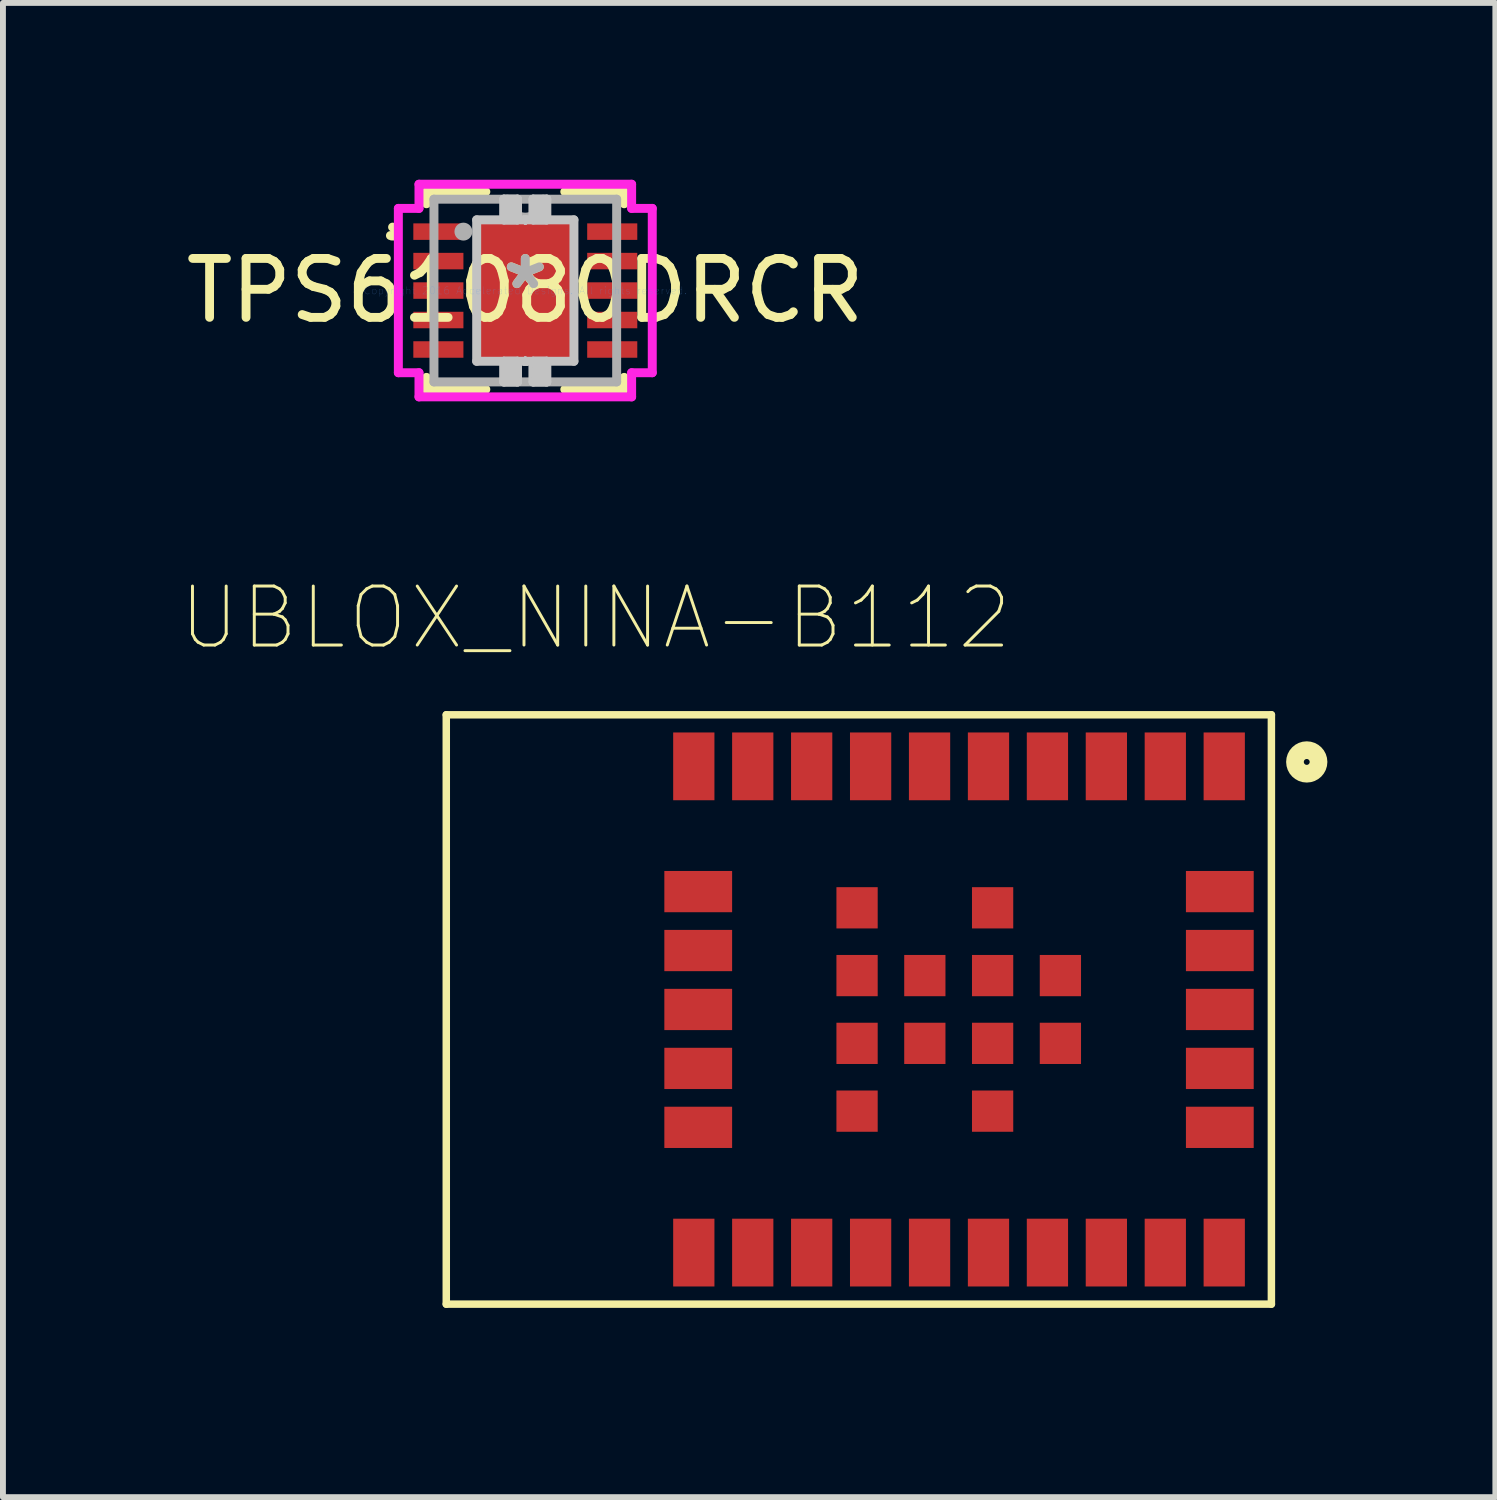
<source format=kicad_pcb>
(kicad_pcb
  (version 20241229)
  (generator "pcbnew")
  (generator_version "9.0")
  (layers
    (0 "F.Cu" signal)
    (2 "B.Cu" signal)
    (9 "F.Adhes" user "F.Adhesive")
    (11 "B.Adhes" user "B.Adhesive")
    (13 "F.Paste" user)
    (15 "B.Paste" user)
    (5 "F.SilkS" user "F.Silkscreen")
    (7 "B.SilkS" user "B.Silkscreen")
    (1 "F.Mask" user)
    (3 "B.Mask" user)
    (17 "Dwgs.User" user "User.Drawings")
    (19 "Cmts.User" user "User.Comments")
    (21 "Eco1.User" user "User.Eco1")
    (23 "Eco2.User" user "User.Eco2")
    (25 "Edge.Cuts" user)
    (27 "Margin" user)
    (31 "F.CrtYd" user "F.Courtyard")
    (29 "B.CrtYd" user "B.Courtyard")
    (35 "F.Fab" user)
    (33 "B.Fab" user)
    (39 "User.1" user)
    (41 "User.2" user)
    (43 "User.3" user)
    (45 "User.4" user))
  (footprint "TPS61080DRCR"
    (layer "F.Cu")
    (at 5.863 1.88)
    (property "Reference" "TPS61080DRCR" (at 0 0 0) (layer "F.SilkS") (effects (font (size 1 1) (thickness 0.15))))
    (attr through_hole)
    (fp_line (start -1.677 -1.677) (end -1.677 -1.473) (stroke (width 0.152) (type solid)) (layer "F.SilkS"))
    (fp_line (start -1.677 1.473) (end -1.677 1.677) (stroke (width 0.152) (type solid)) (layer "F.SilkS"))
    (fp_line (start -1.677 1.677) (end -0.67 1.677) (stroke (width 0.152) (type solid)) (layer "F.SilkS"))
    (fp_line (start -0.67 -1.677) (end -1.677 -1.677) (stroke (width 0.152) (type solid)) (layer "F.SilkS"))
    (fp_line (start 0.67 1.677) (end 1.677 1.677) (stroke (width 0.152) (type solid)) (layer "F.SilkS"))
    (fp_line (start 1.677 -1.677) (end 0.67 -1.677) (stroke (width 0.152) (type solid)) (layer "F.SilkS"))
    (fp_line (start 1.677 -1.473) (end 1.677 -1.677) (stroke (width 0.152) (type solid)) (layer "F.SilkS"))
    (fp_line (start 1.677 1.677) (end 1.677 1.473) (stroke (width 0.152) (type solid)) (layer "F.SilkS"))
    (fp_arc (start -2.2516 -1.0762) (mid -2.177771 -0.981141) (end -2.288144 -0.933135) (stroke (width 0.1524) (type solid)) (layer "F.SilkS"))
    (fp_line (start -0.825 -1.2) (end -0.825 1.2) (stroke (width 0.152) (type solid)) (layer "Dwgs.User"))
    (fp_line (start -0.825 1.2) (end 0.825 1.2) (stroke (width 0.152) (type solid)) (layer "Dwgs.User"))
    (fp_line (start -0.363 -1.55) (end -0.363 -1.2) (stroke (width 0.152) (type solid)) (layer "Dwgs.User"))
    (fp_line (start -0.363 -1.55) (end -0.363 -1.2) (stroke (width 0.152) (type solid)) (layer "Dwgs.User"))
    (fp_line (start -0.363 -1.2) (end -0.133 -1.2) (stroke (width 0.152) (type solid)) (layer "Dwgs.User"))
    (fp_line (start -0.363 -1.2) (end -0.133 -1.2) (stroke (width 0.152) (type solid)) (layer "Dwgs.User"))
    (fp_line (start -0.363 1.2) (end -0.133 1.2) (stroke (width 0.152) (type solid)) (layer "Dwgs.User"))
    (fp_line (start -0.363 1.2) (end -0.133 1.2) (stroke (width 0.152) (type solid)) (layer "Dwgs.User"))
    (fp_line (start -0.363 1.55) (end -0.363 1.2) (stroke (width 0.152) (type solid)) (layer "Dwgs.User"))
    (fp_line (start -0.363 1.55) (end -0.363 1.2) (stroke (width 0.152) (type solid)) (layer "Dwgs.User"))
    (fp_line (start -0.312 -1.499) (end -0.312 -1.251) (stroke (width 0.152) (type solid)) (layer "Dwgs.User"))
    (fp_line (start -0.312 -1.251) (end -0.184 -1.251) (stroke (width 0.152) (type solid)) (layer "Dwgs.User"))
    (fp_line (start -0.312 1.251) (end -0.184 1.251) (stroke (width 0.152) (type solid)) (layer "Dwgs.User"))
    (fp_line (start -0.312 1.499) (end -0.312 1.251) (stroke (width 0.152) (type solid)) (layer "Dwgs.User"))
    (fp_line (start -0.184 -1.499) (end -0.312 -1.499) (stroke (width 0.152) (type solid)) (layer "Dwgs.User"))
    (fp_line (start -0.184 -1.251) (end -0.184 -1.499) (stroke (width 0.152) (type solid)) (layer "Dwgs.User"))
    (fp_line (start -0.184 1.251) (end -0.184 1.499) (stroke (width 0.152) (type solid)) (layer "Dwgs.User"))
    (fp_line (start -0.184 1.499) (end -0.312 1.499) (stroke (width 0.152) (type solid)) (layer "Dwgs.User"))
    (fp_line (start -0.133 -1.55) (end -0.363 -1.55) (stroke (width 0.152) (type solid)) (layer "Dwgs.User"))
    (fp_line (start -0.133 -1.55) (end -0.363 -1.55) (stroke (width 0.152) (type solid)) (layer "Dwgs.User"))
    (fp_line (start -0.133 -1.2) (end -0.133 -1.55) (stroke (width 0.152) (type solid)) (layer "Dwgs.User"))
    (fp_line (start -0.133 -1.2) (end -0.133 -1.55) (stroke (width 0.152) (type solid)) (layer "Dwgs.User"))
    (fp_line (start -0.133 1.2) (end -0.133 1.55) (stroke (width 0.152) (type solid)) (layer "Dwgs.User"))
    (fp_line (start -0.133 1.2) (end -0.133 1.55) (stroke (width 0.152) (type solid)) (layer "Dwgs.User"))
    (fp_line (start -0.133 1.55) (end -0.363 1.55) (stroke (width 0.152) (type solid)) (layer "Dwgs.User"))
    (fp_line (start -0.133 1.55) (end -0.363 1.55) (stroke (width 0.152) (type solid)) (layer "Dwgs.User"))
    (fp_line (start 0 -1.2) (end 0 -1.2) (stroke (width 0.152) (type solid)) (layer "Dwgs.User"))
    (fp_line (start 0 -1.2) (end 0 -1.2) (stroke (width 0.152) (type solid)) (layer "Dwgs.User"))
    (fp_line (start 0 -1.2) (end 0 -1.2) (stroke (width 0.152) (type solid)) (layer "Dwgs.User"))
    (fp_line (start 0 -1.2) (end 0 -1.2) (stroke (width 0.152) (type solid)) (layer "Dwgs.User"))
    (fp_line (start 0 -1.2) (end 0 -1.2) (stroke (width 0.152) (type solid)) (layer "Dwgs.User"))
    (fp_line (start 0 -1.2) (end 0 -1.2) (stroke (width 0.152) (type solid)) (layer "Dwgs.User"))
    (fp_line (start 0 -1.2) (end 0 -1.2) (stroke (width 0.152) (type solid)) (layer "Dwgs.User"))
    (fp_line (start 0 -1.2) (end 0 -1.2) (stroke (width 0.152) (type solid)) (layer "Dwgs.User"))
    (fp_line (start 0 -1.2) (end 0 -1.2) (stroke (width 0.152) (type solid)) (layer "Dwgs.User"))
    (fp_line (start 0 -1.2) (end 0 -1.2) (stroke (width 0.152) (type solid)) (layer "Dwgs.User"))
    (fp_line (start 0 -1.2) (end 0 -1.2) (stroke (width 0.152) (type solid)) (layer "Dwgs.User"))
    (fp_line (start 0 -1.2) (end 0 -1.2) (stroke (width 0.152) (type solid)) (layer "Dwgs.User"))
    (fp_line (start 0 -1.2) (end 0 -1.2) (stroke (width 0.152) (type solid)) (layer "Dwgs.User"))
    (fp_line (start 0 -1.2) (end 0 -1.2) (stroke (width 0.152) (type solid)) (layer "Dwgs.User"))
    (fp_line (start 0 -1.2) (end 0 -1.2) (stroke (width 0.152) (type solid)) (layer "Dwgs.User"))
    (fp_line (start 0 -1.2) (end 0 -1.2) (stroke (width 0.152) (type solid)) (layer "Dwgs.User"))
    (fp_line (start 0 1.2) (end 0 1.2) (stroke (width 0.152) (type solid)) (layer "Dwgs.User"))
    (fp_line (start 0 1.2) (end 0 1.2) (stroke (width 0.152) (type solid)) (layer "Dwgs.User"))
    (fp_line (start 0 1.2) (end 0 1.2) (stroke (width 0.152) (type solid)) (layer "Dwgs.User"))
    (fp_line (start 0 1.2) (end 0 1.2) (stroke (width 0.152) (type solid)) (layer "Dwgs.User"))
    (fp_line (start 0 1.2) (end 0 1.2) (stroke (width 0.152) (type solid)) (layer "Dwgs.User"))
    (fp_line (start 0 1.2) (end 0 1.2) (stroke (width 0.152) (type solid)) (layer "Dwgs.User"))
    (fp_line (start 0 1.2) (end 0 1.2) (stroke (width 0.152) (type solid)) (layer "Dwgs.User"))
    (fp_line (start 0 1.2) (end 0 1.2) (stroke (width 0.152) (type solid)) (layer "Dwgs.User"))
    (fp_line (start 0 1.2) (end 0 1.2) (stroke (width 0.152) (type solid)) (layer "Dwgs.User"))
    (fp_line (start 0 1.2) (end 0 1.2) (stroke (width 0.152) (type solid)) (layer "Dwgs.User"))
    (fp_line (start 0 1.2) (end 0 1.2) (stroke (width 0.152) (type solid)) (layer "Dwgs.User"))
    (fp_line (start 0 1.2) (end 0 1.2) (stroke (width 0.152) (type solid)) (layer "Dwgs.User"))
    (fp_line (start 0 1.2) (end 0 1.2) (stroke (width 0.152) (type solid)) (layer "Dwgs.User"))
    (fp_line (start 0 1.2) (end 0 1.2) (stroke (width 0.152) (type solid)) (layer "Dwgs.User"))
    (fp_line (start 0 1.2) (end 0 1.2) (stroke (width 0.152) (type solid)) (layer "Dwgs.User"))
    (fp_line (start 0 1.2) (end 0 1.2) (stroke (width 0.152) (type solid)) (layer "Dwgs.User"))
    (fp_line (start 0.133 -1.55) (end 0.363 -1.55) (stroke (width 0.152) (type solid)) (layer "Dwgs.User"))
    (fp_line (start 0.133 -1.55) (end 0.363 -1.55) (stroke (width 0.152) (type solid)) (layer "Dwgs.User"))
    (fp_line (start 0.133 -1.2) (end 0.133 -1.55) (stroke (width 0.152) (type solid)) (layer "Dwgs.User"))
    (fp_line (start 0.133 -1.2) (end 0.133 -1.55) (stroke (width 0.152) (type solid)) (layer "Dwgs.User"))
    (fp_line (start 0.133 1.2) (end 0.133 1.55) (stroke (width 0.152) (type solid)) (layer "Dwgs.User"))
    (fp_line (start 0.133 1.2) (end 0.133 1.55) (stroke (width 0.152) (type solid)) (layer "Dwgs.User"))
    (fp_line (start 0.133 1.55) (end 0.363 1.55) (stroke (width 0.152) (type solid)) (layer "Dwgs.User"))
    (fp_line (start 0.133 1.55) (end 0.363 1.55) (stroke (width 0.152) (type solid)) (layer "Dwgs.User"))
    (fp_line (start 0.184 -1.499) (end 0.312 -1.499) (stroke (width 0.152) (type solid)) (layer "Dwgs.User"))
    (fp_line (start 0.184 -1.251) (end 0.184 -1.499) (stroke (width 0.152) (type solid)) (layer "Dwgs.User"))
    (fp_line (start 0.184 1.251) (end 0.184 1.499) (stroke (width 0.152) (type solid)) (layer "Dwgs.User"))
    (fp_line (start 0.184 1.499) (end 0.312 1.499) (stroke (width 0.152) (type solid)) (layer "Dwgs.User"))
    (fp_line (start 0.312 -1.499) (end 0.312 -1.251) (stroke (width 0.152) (type solid)) (layer "Dwgs.User"))
    (fp_line (start 0.312 -1.251) (end 0.184 -1.251) (stroke (width 0.152) (type solid)) (layer "Dwgs.User"))
    (fp_line (start 0.312 1.251) (end 0.184 1.251) (stroke (width 0.152) (type solid)) (layer "Dwgs.User"))
    (fp_line (start 0.312 1.499) (end 0.312 1.251) (stroke (width 0.152) (type solid)) (layer "Dwgs.User"))
    (fp_line (start 0.363 -1.55) (end 0.363 -1.2) (stroke (width 0.152) (type solid)) (layer "Dwgs.User"))
    (fp_line (start 0.363 -1.55) (end 0.363 -1.2) (stroke (width 0.152) (type solid)) (layer "Dwgs.User"))
    (fp_line (start 0.363 -1.2) (end 0.133 -1.2) (stroke (width 0.152) (type solid)) (layer "Dwgs.User"))
    (fp_line (start 0.363 -1.2) (end 0.133 -1.2) (stroke (width 0.152) (type solid)) (layer "Dwgs.User"))
    (fp_line (start 0.363 1.2) (end 0.133 1.2) (stroke (width 0.152) (type solid)) (layer "Dwgs.User"))
    (fp_line (start 0.363 1.2) (end 0.133 1.2) (stroke (width 0.152) (type solid)) (layer "Dwgs.User"))
    (fp_line (start 0.363 1.55) (end 0.363 1.2) (stroke (width 0.152) (type solid)) (layer "Dwgs.User"))
    (fp_line (start 0.363 1.55) (end 0.363 1.2) (stroke (width 0.152) (type solid)) (layer "Dwgs.User"))
    (fp_line (start 0.825 -1.2) (end -0.825 -1.2) (stroke (width 0.152) (type solid)) (layer "Dwgs.User"))
    (fp_line (start 0.825 1.2) (end 0.825 -1.2) (stroke (width 0.152) (type solid)) (layer "Dwgs.User"))
    (fp_line (start -2.154 -1.394) (end -1.804 -1.394) (stroke (width 0.152) (type solid)) (layer "F.CrtYd"))
    (fp_line (start -2.154 1.394) (end -2.154 -1.394) (stroke (width 0.152) (type solid)) (layer "F.CrtYd"))
    (fp_line (start -1.804 -1.804) (end 1.804 -1.804) (stroke (width 0.152) (type solid)) (layer "F.CrtYd"))
    (fp_line (start -1.804 -1.394) (end -1.804 -1.804) (stroke (width 0.152) (type solid)) (layer "F.CrtYd"))
    (fp_line (start -1.804 1.394) (end -2.154 1.394) (stroke (width 0.152) (type solid)) (layer "F.CrtYd"))
    (fp_line (start -1.804 1.804) (end -1.804 1.394) (stroke (width 0.152) (type solid)) (layer "F.CrtYd"))
    (fp_line (start 1.804 -1.804) (end 1.804 -1.394) (stroke (width 0.152) (type solid)) (layer "F.CrtYd"))
    (fp_line (start 1.804 -1.394) (end 2.154 -1.394) (stroke (width 0.152) (type solid)) (layer "F.CrtYd"))
    (fp_line (start 1.804 1.394) (end 1.804 1.804) (stroke (width 0.152) (type solid)) (layer "F.CrtYd"))
    (fp_line (start 1.804 1.804) (end -1.804 1.804) (stroke (width 0.152) (type solid)) (layer "F.CrtYd"))
    (fp_line (start 2.154 -1.394) (end 2.154 1.394) (stroke (width 0.152) (type solid)) (layer "F.CrtYd"))
    (fp_line (start 2.154 1.394) (end 1.804 1.394) (stroke (width 0.152) (type solid)) (layer "F.CrtYd"))
    (fp_line (start -1.55 -1.55) (end -1.55 1.55) (stroke (width 0.152) (type solid)) (layer "F.Fab"))
    (fp_line (start -1.55 1.55) (end 1.55 1.55) (stroke (width 0.152) (type solid)) (layer "F.Fab"))
    (fp_line (start 1.55 -1.55) (end -1.55 -1.55) (stroke (width 0.152) (type solid)) (layer "F.Fab"))
    (fp_line (start 1.55 1.55) (end 1.55 -1.55) (stroke (width 0.152) (type solid)) (layer "F.Fab"))
    (fp_arc (start 0.3048 -1.549999) (mid 0 -1.245199) (end -0.3048 -1.549999) (stroke (width 0.1524) (type solid)) (layer "F.Fab"))
    (fp_circle (center -1.05 -1) (end -0.974 -1) (stroke (width 0.152) (type solid)) (fill no) (layer "F.Fab"))
    (fp_text user "*" (at 0 0 0) (layer "F.SilkS") (effects (font (size 1 1) (thickness 0.15))))
    (fp_text user "Copyright 2016 Accelerated Designs. All rights reserved." (at 0 0 0) (layer "Cmts.User") (effects (font (size 0.127 0.127) (thickness 0.002))))
    (fp_text user "*" (at 0 0 0) (layer "F.Fab") (effects (font (size 1 1) (thickness 0.15))))
    (pad "1" smd rect (at -1.475 -1) (size 0.85 0.28) (layers "F.Cu" "F.Mask" "F.Paste"))
    (pad "2" smd rect (at -1.475 -0.5) (size 0.85 0.28) (layers "F.Cu" "F.Mask" "F.Paste"))
    (pad "3" smd rect (at -1.475 0) (size 0.85 0.28) (layers "F.Cu" "F.Mask" "F.Paste"))
    (pad "4" smd rect (at -1.475 0.5) (size 0.85 0.28) (layers "F.Cu" "F.Mask" "F.Paste"))
    (pad "5" smd rect (at -1.475 1) (size 0.85 0.28) (layers "F.Cu" "F.Mask" "F.Paste"))
    (pad "6" smd rect (at 1.475 1) (size 0.85 0.28) (layers "F.Cu" "F.Mask" "F.Paste"))
    (pad "7" smd rect (at 1.475 0.5) (size 0.85 0.28) (layers "F.Cu" "F.Mask" "F.Paste"))
    (pad "8" smd rect (at 1.475 0) (size 0.85 0.28) (layers "F.Cu" "F.Mask" "F.Paste"))
    (pad "9" smd rect (at 1.475 -0.5) (size 0.85 0.28) (layers "F.Cu" "F.Mask" "F.Paste"))
    (pad "10" smd rect (at 1.475 -1) (size 0.85 0.28) (layers "F.Cu" "F.Mask" "F.Paste"))
    (pad "11" smd rect (at 0 0) (size 1.65 2.4) (layers "F.Cu" "F.Mask" "F.Paste")))
  (footprint "UBLOX_NINA-B112"
    (layer "F.Cu")
    (at 7.712 15.348)
    (property "Reference" "UBLOX_NINA-B112" (at -0.656 -7.914 0) (layer "F.SilkS") (effects (font (size 1.001 1.001) (thickness 0.05))))
    (attr smd)
    (fp_line (start -3.19 -6.27) (end -3.19 3.73) (stroke (width 0.127) (type solid)) (layer "F.SilkS"))
    (fp_line (start -3.19 3.73) (end 10.81 3.73) (stroke (width 0.127) (type solid)) (layer "F.SilkS"))
    (fp_line (start 10.81 -6.27) (end -3.19 -6.27) (stroke (width 0.127) (type solid)) (layer "F.SilkS"))
    (fp_line (start 10.81 3.73) (end 10.81 -6.27) (stroke (width 0.127) (type solid)) (layer "F.SilkS"))
    (fp_circle (center 11.41 -5.47) (end 11.46 -5.47) (stroke (width 0.3) (type solid)) (fill no) (layer "F.SilkS"))
    (fp_line (start -3.44 -6.52) (end 11.06 -6.52) (stroke (width 0.05) (type solid)) (layer "Eco1.User"))
    (fp_line (start -3.44 3.98) (end -3.44 -6.52) (stroke (width 0.05) (type solid)) (layer "Eco1.User"))
    (fp_line (start 11.06 -6.52) (end 11.06 3.98) (stroke (width 0.05) (type solid)) (layer "Eco1.User"))
    (fp_line (start 11.06 3.98) (end -3.44 3.98) (stroke (width 0.05) (type solid)) (layer "Eco1.User"))
    (fp_line (start -3.19 -6.27) (end -3.19 3.73) (stroke (width 0.127) (type solid)) (layer "Eco2.User"))
    (fp_line (start -3.19 3.73) (end 0.61 3.73) (stroke (width 0.127) (type solid)) (layer "Eco2.User"))
    (fp_line (start 0.61 -6.27) (end -3.19 -6.27) (stroke (width 0.127) (type solid)) (layer "Eco2.User"))
    (fp_line (start 0.61 -6.27) (end 0.61 3.73) (stroke (width 0.127) (type solid)) (layer "Eco2.User"))
    (fp_line (start 0.61 3.73) (end 10.81 3.73) (stroke (width 0.127) (type solid)) (layer "Eco2.User"))
    (fp_line (start 10.81 -6.27) (end 0.61 -6.27) (stroke (width 0.127) (type solid)) (layer "Eco2.User"))
    (fp_line (start 10.81 3.73) (end 10.81 -6.27) (stroke (width 0.127) (type solid)) (layer "Eco2.User"))
    (fp_circle (center 10.01 -5.37) (end 10.06 -5.37) (stroke (width 0.3) (type solid)) (fill no) (layer "Eco2.User"))
    (fp_text user "ANTENNA" (at -0.636 2.541 0) (layer "Edge.Cuts") (effects (font (size 1 1) (thickness 0.05))))
    (pad "1" smd rect (at 10.01 -5.395 270) (size 1.15 0.7) (layers "F.Cu" "F.Mask" "F.Paste"))
    (pad "2" smd rect (at 9.01 -5.395 270) (size 1.15 0.7) (layers "F.Cu" "F.Mask" "F.Paste"))
    (pad "3" smd rect (at 8.01 -5.395 270) (size 1.15 0.7) (layers "F.Cu" "F.Mask" "F.Paste"))
    (pad "4" smd rect (at 7.01 -5.395 270) (size 1.15 0.7) (layers "F.Cu" "F.Mask" "F.Paste"))
    (pad "5" smd rect (at 6.01 -5.395 270) (size 1.15 0.7) (layers "F.Cu" "F.Mask" "F.Paste"))
    (pad "6" smd rect (at 5.01 -5.395 270) (size 1.15 0.7) (layers "F.Cu" "F.Mask" "F.Paste"))
    (pad "7" smd rect (at 4.01 -5.395 270) (size 1.15 0.7) (layers "F.Cu" "F.Mask" "F.Paste"))
    (pad "8" smd rect (at 3.01 -5.395 270) (size 1.15 0.7) (layers "F.Cu" "F.Mask" "F.Paste"))
    (pad "9" smd rect (at 2.01 -5.395 270) (size 1.15 0.7) (layers "F.Cu" "F.Mask" "F.Paste"))
    (pad "10" smd rect (at 1.01 -5.395 270) (size 1.15 0.7) (layers "F.Cu" "F.Mask" "F.Paste"))
    (pad "11" smd rect (at 1.085 -3.27) (size 1.15 0.7) (layers "F.Cu" "F.Mask" "F.Paste"))
    (pad "12" smd rect (at 1.085 -2.27) (size 1.15 0.7) (layers "F.Cu" "F.Mask" "F.Paste"))
    (pad "13" smd rect (at 1.085 -1.27) (size 1.15 0.7) (layers "F.Cu" "F.Mask" "F.Paste"))
    (pad "14" smd rect (at 1.085 -0.27) (size 1.15 0.7) (layers "F.Cu" "F.Mask" "F.Paste"))
    (pad "15" smd rect (at 1.085 0.73) (size 1.15 0.7) (layers "F.Cu" "F.Mask" "F.Paste"))
    (pad "16" smd rect (at 1.01 2.855 270) (size 1.15 0.7) (layers "F.Cu" "F.Mask" "F.Paste"))
    (pad "17" smd rect (at 2.01 2.855 270) (size 1.15 0.7) (layers "F.Cu" "F.Mask" "F.Paste"))
    (pad "18" smd rect (at 3.01 2.855 270) (size 1.15 0.7) (layers "F.Cu" "F.Mask" "F.Paste"))
    (pad "19" smd rect (at 4.01 2.855 270) (size 1.15 0.7) (layers "F.Cu" "F.Mask" "F.Paste"))
    (pad "20" smd rect (at 5.01 2.855 270) (size 1.15 0.7) (layers "F.Cu" "F.Mask" "F.Paste"))
    (pad "21" smd rect (at 6.01 2.855 270) (size 1.15 0.7) (layers "F.Cu" "F.Mask" "F.Paste"))
    (pad "22" smd rect (at 7.01 2.855 270) (size 1.15 0.7) (layers "F.Cu" "F.Mask" "F.Paste"))
    (pad "23" smd rect (at 8.01 2.855 270) (size 1.15 0.7) (layers "F.Cu" "F.Mask" "F.Paste"))
    (pad "24" smd rect (at 9.01 2.855 270) (size 1.15 0.7) (layers "F.Cu" "F.Mask" "F.Paste"))
    (pad "25" smd rect (at 10.01 2.855 270) (size 1.15 0.7) (layers "F.Cu" "F.Mask" "F.Paste"))
    (pad "26" smd rect (at 9.935 0.73) (size 1.15 0.7) (layers "F.Cu" "F.Mask" "F.Paste"))
    (pad "27" smd rect (at 9.935 -0.27) (size 1.15 0.7) (layers "F.Cu" "F.Mask" "F.Paste"))
    (pad "28" smd rect (at 9.935 -1.27) (size 1.15 0.7) (layers "F.Cu" "F.Mask" "F.Paste"))
    (pad "29" smd rect (at 9.935 -2.27) (size 1.15 0.7) (layers "F.Cu" "F.Mask" "F.Paste"))
    (pad "30" smd rect (at 9.935 -3.27) (size 1.15 0.7) (layers "F.Cu" "F.Mask" "F.Paste"))
    (pad "EXP1" smd rect (at 3.78 -2.995) (size 0.7 0.7) (layers "F.Cu" "F.Mask" "F.Paste"))
    (pad "EXP2" smd rect (at 3.78 -1.845) (size 0.7 0.7) (layers "F.Cu" "F.Mask" "F.Paste"))
    (pad "EXP3" smd rect (at 3.78 -0.695) (size 0.7 0.7) (layers "F.Cu" "F.Mask" "F.Paste"))
    (pad "EXP4" smd rect (at 3.78 0.455) (size 0.7 0.7) (layers "F.Cu" "F.Mask" "F.Paste"))
    (pad "EXP5" smd rect (at 4.93 -0.695) (size 0.7 0.7) (layers "F.Cu" "F.Mask" "F.Paste"))
    (pad "EXP6" smd rect (at 4.93 -1.845) (size 0.7 0.7) (layers "F.Cu" "F.Mask" "F.Paste"))
    (pad "EXP7" smd rect (at 6.08 -2.995) (size 0.7 0.7) (layers "F.Cu" "F.Mask" "F.Paste"))
    (pad "EXP8" smd rect (at 6.08 -1.845) (size 0.7 0.7) (layers "F.Cu" "F.Mask" "F.Paste"))
    (pad "EXP9" smd rect (at 6.08 -0.695) (size 0.7 0.7) (layers "F.Cu" "F.Mask" "F.Paste"))
    (pad "EXP10" smd rect (at 6.08 0.455) (size 0.7 0.7) (layers "F.Cu" "F.Mask" "F.Paste"))
    (pad "EXP11" smd rect (at 7.23 -0.695) (size 0.7 0.7) (layers "F.Cu" "F.Mask" "F.Paste"))
    (pad "EXP12" smd rect (at 7.23 -1.845) (size 0.7 0.7) (layers "F.Cu" "F.Mask" "F.Paste")))
  (gr_rect
    (start -3 -3)
    (end 22.322 22.353)
    (stroke (width 0.1) (type default))
    (fill no)
    (layer "Edge.Cuts")))
</source>
